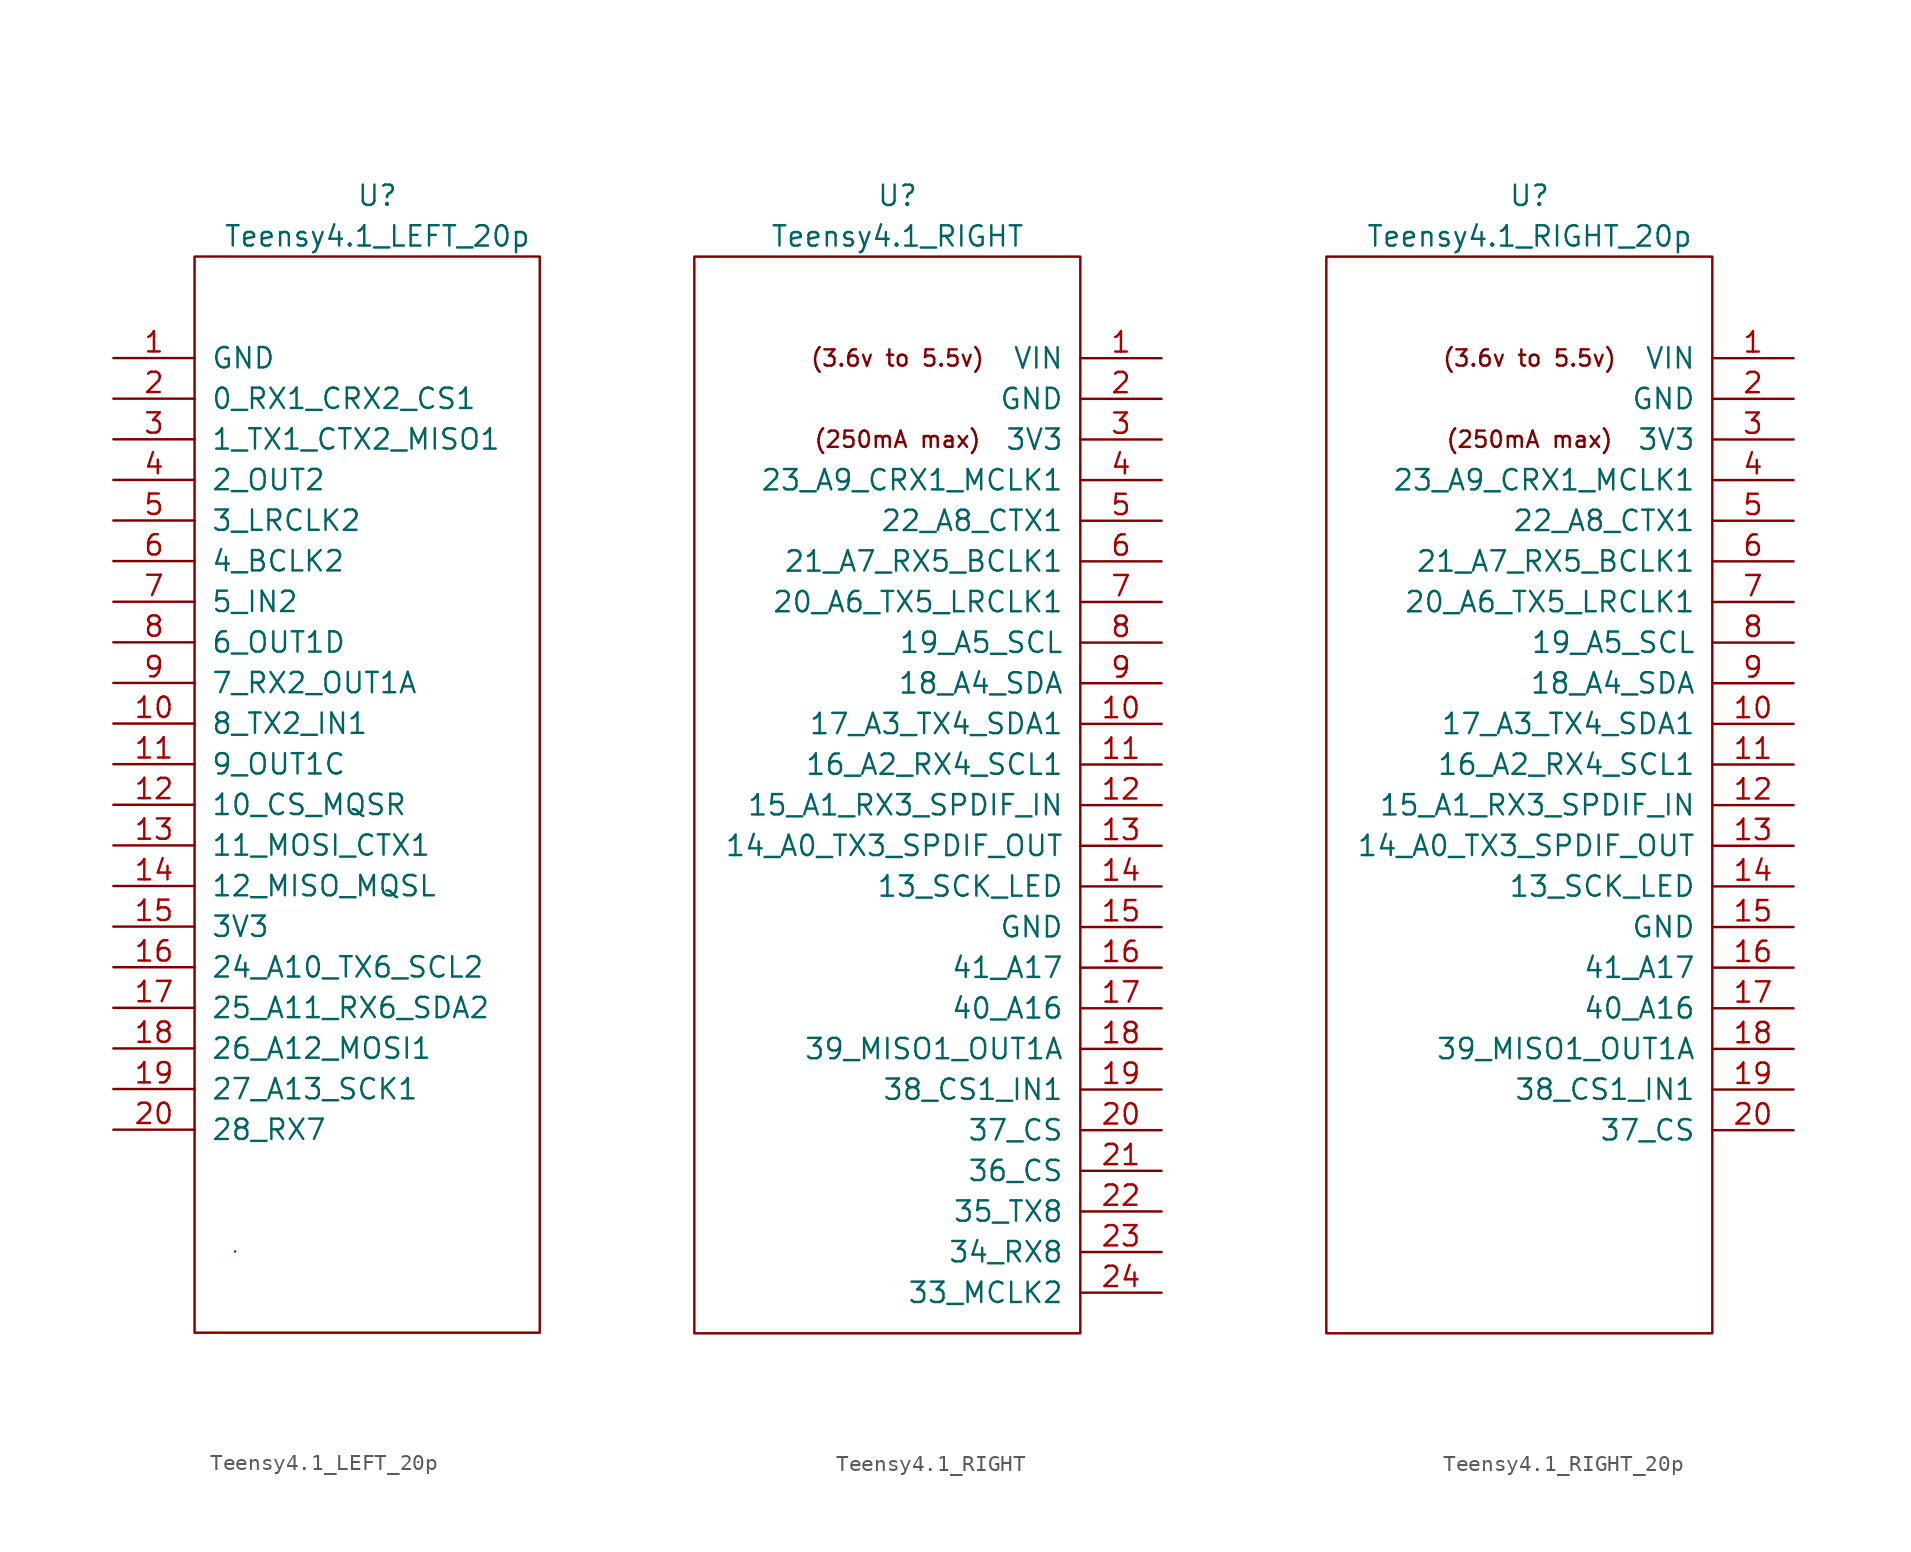
<source format=kicad_sym>
(kicad_symbol_lib
  (version 20211014)
  (generator kicad_symbol_editor)
  (symbol "Teensy4.1_LEFT_20p"
    (pin_names
      (offset 1.016))
    (property "Reference" "U"
      (at -11.43 64.77 0)
      (effects (font (size 1.27 1.27))))
    (property "Value" "Teensy4.1_LEFT_20p"
      (at -11.43 62.23 0)
      (effects (font (size 1.27 1.27))))
    (symbol "Teensy4.1_LEFT_20p_0_0"
      (pin bidirectional line (at -27.94 31.75 0) (length 5.08) (name "8_TX2_IN1" (effects (font (size 1.27 1.27)))) (number "10" (effects (font (size 1.27 1.27)))))
      (pin bidirectional line (at -27.94 29.21 0) (length 5.08) (name "9_OUT1C" (effects (font (size 1.27 1.27)))) (number "11" (effects (font (size 1.27 1.27)))))
      (pin bidirectional line (at -27.94 26.67 0) (length 5.08) (name "10_CS_MQSR" (effects (font (size 1.27 1.27)))) (number "12" (effects (font (size 1.27 1.27)))))
      (pin bidirectional line (at -27.94 24.13 0) (length 5.08) (name "11_MOSI_CTX1" (effects (font (size 1.27 1.27)))) (number "13" (effects (font (size 1.27 1.27)))))
      (pin bidirectional line (at -27.94 21.59 0) (length 5.08) (name "12_MISO_MQSL" (effects (font (size 1.27 1.27)))) (number "14" (effects (font (size 1.27 1.27)))))
      (pin bidirectional line (at -27.94 19.05 0) (length 5.08) (name "3V3" (effects (font (size 1.27 1.27)))) (number "15" (effects (font (size 1.27 1.27)))))
      (pin bidirectional line (at -27.94 16.51 0) (length 5.08) (name "24_A10_TX6_SCL2" (effects (font (size 1.27 1.27)))) (number "16" (effects (font (size 1.27 1.27)))))
      (pin bidirectional line (at -27.94 13.97 0) (length 5.08) (name "25_A11_RX6_SDA2" (effects (font (size 1.27 1.27)))) (number "17" (effects (font (size 1.27 1.27)))))
      (pin bidirectional line (at -27.94 11.43 0) (length 5.08) (name "26_A12_MOSI1" (effects (font (size 1.27 1.27)))) (number "18" (effects (font (size 1.27 1.27)))))
      (pin bidirectional line (at -27.94 8.89 0) (length 5.08) (name "27_A13_SCK1" (effects (font (size 1.27 1.27)))) (number "19" (effects (font (size 1.27 1.27)))))
      (pin bidirectional line (at -27.94 6.35 0) (length 5.08) (name "28_RX7" (effects (font (size 1.27 1.27)))) (number "20" (effects (font (size 1.27 1.27)))))
      (pin bidirectional line (at -27.94 44.45 0) (length 5.08) (name "3_LRCLK2" (effects (font (size 1.27 1.27)))) (number "5" (effects (font (size 1.27 1.27)))))
      (pin bidirectional line (at -27.94 41.91 0) (length 5.08) (name "4_BCLK2" (effects (font (size 1.27 1.27)))) (number "6" (effects (font (size 1.27 1.27)))))
      (pin bidirectional line (at -27.94 39.37 0) (length 5.08) (name "5_IN2" (effects (font (size 1.27 1.27)))) (number "7" (effects (font (size 1.27 1.27)))))
      (pin bidirectional line (at -27.94 36.83 0) (length 5.08) (name "6_OUT1D" (effects (font (size 1.27 1.27)))) (number "8" (effects (font (size 1.27 1.27)))))
      (pin bidirectional line (at -27.94 34.29 0) (length 5.08) (name "7_RX2_OUT1A" (effects (font (size 1.27 1.27)))) (number "9" (effects (font (size 1.27 1.27))))))
    (symbol "Teensy4.1_LEFT_20p_0_1"
      (rectangle (start -22.86 60.96) (end -1.27 -6.35) (stroke (width 0) (type default) (color 0 0 0 0)) (fill (type none)))
      (rectangle (start -20.32 -1.27) (end -20.32 -1.27) (stroke (width 0) (type default) (color 0 0 0 0)) (fill (type none))))
    (symbol "Teensy4.1_LEFT_20p_1_1"
      (pin bidirectional line (at -27.94 54.61 0) (length 5.08) (name "GND" (effects (font (size 1.27 1.27)))) (number "1" (effects (font (size 1.27 1.27)))))
      (pin bidirectional line (at -27.94 52.07 0) (length 5.08) (name "0_RX1_CRX2_CS1" (effects (font (size 1.27 1.27)))) (number "2" (effects (font (size 1.27 1.27)))))
      (pin bidirectional line (at -27.94 49.53 0) (length 5.08) (name "1_TX1_CTX2_MISO1" (effects (font (size 1.27 1.27)))) (number "3" (effects (font (size 1.27 1.27)))))
      (pin bidirectional line (at -27.94 46.99 0) (length 5.08) (name "2_OUT2" (effects (font (size 1.27 1.27)))) (number "4" (effects (font (size 1.27 1.27)))))))
  (symbol "Teensy4.1_RIGHT"
    (pin_names
      (offset 1.016))
    (property "Reference" "U"
      (at 11.43 64.77 0)
      (effects (font (size 1.27 1.27))))
    (property "Value" "Teensy4.1_RIGHT"
      (at 11.43 62.23 0)
      (effects (font (size 1.27 1.27))))
    (symbol "Teensy4.1_RIGHT_0_0"
      (text "(250mA max)" (at 11.43 49.53 0) (effects (font (size 1.016 1.016))))
      (text "(3.6v to 5.5v)" (at 11.43 54.61 0) (effects (font (size 1.016 1.016))))
      (pin power_in line (at 27.94 54.61 180) (length 5.08) (name "VIN" (effects (font (size 1.27 1.27)))) (number "1" (effects (font (size 1.27 1.27)))))
      (pin bidirectional line (at 27.94 31.75 180) (length 5.08) (name "17_A3_TX4_SDA1" (effects (font (size 1.27 1.27)))) (number "10" (effects (font (size 1.27 1.27)))))
      (pin bidirectional line (at 27.94 29.21 180) (length 5.08) (name "16_A2_RX4_SCL1" (effects (font (size 1.27 1.27)))) (number "11" (effects (font (size 1.27 1.27)))))
      (pin bidirectional line (at 27.94 26.67 180) (length 5.08) (name "15_A1_RX3_SPDIF_IN" (effects (font (size 1.27 1.27)))) (number "12" (effects (font (size 1.27 1.27)))))
      (pin bidirectional line (at 27.94 24.13 180) (length 5.08) (name "14_A0_TX3_SPDIF_OUT" (effects (font (size 1.27 1.27)))) (number "13" (effects (font (size 1.27 1.27)))))
      (pin bidirectional line (at 27.94 21.59 180) (length 5.08) (name "13_SCK_LED" (effects (font (size 1.27 1.27)))) (number "14" (effects (font (size 1.27 1.27)))))
      (pin bidirectional line (at 27.94 16.51 180) (length 5.08) (name "41_A17" (effects (font (size 1.27 1.27)))) (number "16" (effects (font (size 1.27 1.27)))))
      (pin bidirectional line (at 27.94 13.97 180) (length 5.08) (name "40_A16" (effects (font (size 1.27 1.27)))) (number "17" (effects (font (size 1.27 1.27)))))
      (pin bidirectional line (at 27.94 11.43 180) (length 5.08) (name "39_MISO1_OUT1A" (effects (font (size 1.27 1.27)))) (number "18" (effects (font (size 1.27 1.27)))))
      (pin bidirectional line (at 27.94 8.89 180) (length 5.08) (name "38_CS1_IN1" (effects (font (size 1.27 1.27)))) (number "19" (effects (font (size 1.27 1.27)))))
      (pin output line (at 27.94 52.07 180) (length 5.08) (name "GND" (effects (font (size 1.27 1.27)))) (number "2" (effects (font (size 1.27 1.27)))))
      (pin bidirectional line (at 27.94 6.35 180) (length 5.08) (name "37_CS" (effects (font (size 1.27 1.27)))) (number "20" (effects (font (size 1.27 1.27)))))
      (pin bidirectional line (at 27.94 3.81 180) (length 5.08) (name "36_CS" (effects (font (size 1.27 1.27)))) (number "21" (effects (font (size 1.27 1.27)))))
      (pin bidirectional line (at 27.94 1.27 180) (length 5.08) (name "35_TX8" (effects (font (size 1.27 1.27)))) (number "22" (effects (font (size 1.27 1.27)))))
      (pin bidirectional line (at 27.94 -1.27 180) (length 5.08) (name "34_RX8" (effects (font (size 1.27 1.27)))) (number "23" (effects (font (size 1.27 1.27)))))
      (pin bidirectional line (at 27.94 -3.81 180) (length 5.08) (name "33_MCLK2" (effects (font (size 1.27 1.27)))) (number "24" (effects (font (size 1.27 1.27)))))
      (pin output line (at 27.94 49.53 180) (length 5.08) (name "3V3" (effects (font (size 1.27 1.27)))) (number "3" (effects (font (size 1.27 1.27)))))
      (pin bidirectional line (at 27.94 46.99 180) (length 5.08) (name "23_A9_CRX1_MCLK1" (effects (font (size 1.27 1.27)))) (number "4" (effects (font (size 1.27 1.27)))))
      (pin bidirectional line (at 27.94 44.45 180) (length 5.08) (name "22_A8_CTX1" (effects (font (size 1.27 1.27)))) (number "5" (effects (font (size 1.27 1.27)))))
      (pin bidirectional line (at 27.94 41.91 180) (length 5.08) (name "21_A7_RX5_BCLK1" (effects (font (size 1.27 1.27)))) (number "6" (effects (font (size 1.27 1.27)))))
      (pin bidirectional line (at 27.94 39.37 180) (length 5.08) (name "20_A6_TX5_LRCLK1" (effects (font (size 1.27 1.27)))) (number "7" (effects (font (size 1.27 1.27)))))
      (pin bidirectional line (at 27.94 36.83 180) (length 5.08) (name "19_A5_SCL" (effects (font (size 1.27 1.27)))) (number "8" (effects (font (size 1.27 1.27)))))
      (pin bidirectional line (at 27.94 34.29 180) (length 5.08) (name "18_A4_SDA" (effects (font (size 1.27 1.27)))) (number "9" (effects (font (size 1.27 1.27))))))
    (symbol "Teensy4.1_RIGHT_0_1"
      (rectangle (start -1.27 60.96) (end 22.86 -6.35) (stroke (width 0) (type default) (color 0 0 0 0)) (fill (type none))))
    (symbol "Teensy4.1_RIGHT_1_1"
      (pin power_in line (at 27.94 19.05 180) (length 5.08) (name "GND" (effects (font (size 1.27 1.27)))) (number "15" (effects (font (size 1.27 1.27)))))))
  (symbol "Teensy4.1_RIGHT_20p"
    (pin_names
      (offset 1.016))
    (property "Reference" "U"
      (at 11.43 64.77 0)
      (effects (font (size 1.27 1.27))))
    (property "Value" "Teensy4.1_RIGHT_20p"
      (at 11.43 62.23 0)
      (effects (font (size 1.27 1.27))))
    (symbol "Teensy4.1_RIGHT_20p_0_0"
      (text "(250mA max)" (at 11.43 49.53 0) (effects (font (size 1.016 1.016))))
      (text "(3.6v to 5.5v)" (at 11.43 54.61 0) (effects (font (size 1.016 1.016))))
      (pin power_in line (at 27.94 54.61 180) (length 5.08) (name "VIN" (effects (font (size 1.27 1.27)))) (number "1" (effects (font (size 1.27 1.27)))))
      (pin bidirectional line (at 27.94 31.75 180) (length 5.08) (name "17_A3_TX4_SDA1" (effects (font (size 1.27 1.27)))) (number "10" (effects (font (size 1.27 1.27)))))
      (pin bidirectional line (at 27.94 29.21 180) (length 5.08) (name "16_A2_RX4_SCL1" (effects (font (size 1.27 1.27)))) (number "11" (effects (font (size 1.27 1.27)))))
      (pin bidirectional line (at 27.94 26.67 180) (length 5.08) (name "15_A1_RX3_SPDIF_IN" (effects (font (size 1.27 1.27)))) (number "12" (effects (font (size 1.27 1.27)))))
      (pin bidirectional line (at 27.94 24.13 180) (length 5.08) (name "14_A0_TX3_SPDIF_OUT" (effects (font (size 1.27 1.27)))) (number "13" (effects (font (size 1.27 1.27)))))
      (pin bidirectional line (at 27.94 21.59 180) (length 5.08) (name "13_SCK_LED" (effects (font (size 1.27 1.27)))) (number "14" (effects (font (size 1.27 1.27)))))
      (pin bidirectional line (at 27.94 16.51 180) (length 5.08) (name "41_A17" (effects (font (size 1.27 1.27)))) (number "16" (effects (font (size 1.27 1.27)))))
      (pin bidirectional line (at 27.94 13.97 180) (length 5.08) (name "40_A16" (effects (font (size 1.27 1.27)))) (number "17" (effects (font (size 1.27 1.27)))))
      (pin bidirectional line (at 27.94 11.43 180) (length 5.08) (name "39_MISO1_OUT1A" (effects (font (size 1.27 1.27)))) (number "18" (effects (font (size 1.27 1.27)))))
      (pin bidirectional line (at 27.94 8.89 180) (length 5.08) (name "38_CS1_IN1" (effects (font (size 1.27 1.27)))) (number "19" (effects (font (size 1.27 1.27)))))
      (pin bidirectional line (at 27.94 52.07 180) (length 5.08) (name "GND" (effects (font (size 1.27 1.27)))) (number "2" (effects (font (size 1.27 1.27)))))
      (pin bidirectional line (at 27.94 6.35 180) (length 5.08) (name "37_CS" (effects (font (size 1.27 1.27)))) (number "20" (effects (font (size 1.27 1.27)))))
      (pin bidirectional line (at 27.94 49.53 180) (length 5.08) (name "3V3" (effects (font (size 1.27 1.27)))) (number "3" (effects (font (size 1.27 1.27)))))
      (pin bidirectional line (at 27.94 46.99 180) (length 5.08) (name "23_A9_CRX1_MCLK1" (effects (font (size 1.27 1.27)))) (number "4" (effects (font (size 1.27 1.27)))))
      (pin bidirectional line (at 27.94 44.45 180) (length 5.08) (name "22_A8_CTX1" (effects (font (size 1.27 1.27)))) (number "5" (effects (font (size 1.27 1.27)))))
      (pin bidirectional line (at 27.94 41.91 180) (length 5.08) (name "21_A7_RX5_BCLK1" (effects (font (size 1.27 1.27)))) (number "6" (effects (font (size 1.27 1.27)))))
      (pin bidirectional line (at 27.94 39.37 180) (length 5.08) (name "20_A6_TX5_LRCLK1" (effects (font (size 1.27 1.27)))) (number "7" (effects (font (size 1.27 1.27)))))
      (pin bidirectional line (at 27.94 36.83 180) (length 5.08) (name "19_A5_SCL" (effects (font (size 1.27 1.27)))) (number "8" (effects (font (size 1.27 1.27)))))
      (pin bidirectional line (at 27.94 34.29 180) (length 5.08) (name "18_A4_SDA" (effects (font (size 1.27 1.27)))) (number "9" (effects (font (size 1.27 1.27))))))
    (symbol "Teensy4.1_RIGHT_20p_0_1"
      (rectangle (start -1.27 60.96) (end 22.86 -6.35) (stroke (width 0) (type default) (color 0 0 0 0)) (fill (type none))))
    (symbol "Teensy4.1_RIGHT_20p_1_1"
      (pin bidirectional line (at 27.94 19.05 180) (length 5.08) (name "GND" (effects (font (size 1.27 1.27)))) (number "15" (effects (font (size 1.27 1.27))))))))
</source>
